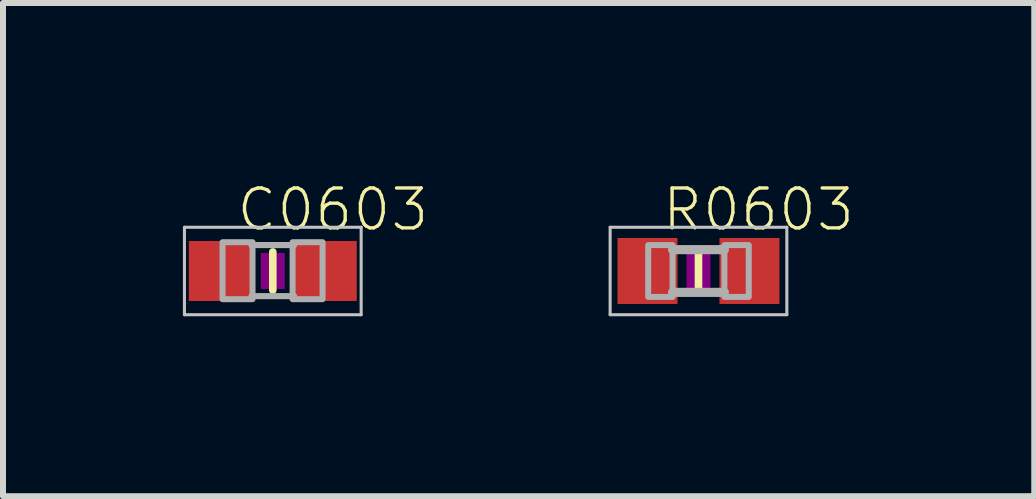
<source format=kicad_pcb>
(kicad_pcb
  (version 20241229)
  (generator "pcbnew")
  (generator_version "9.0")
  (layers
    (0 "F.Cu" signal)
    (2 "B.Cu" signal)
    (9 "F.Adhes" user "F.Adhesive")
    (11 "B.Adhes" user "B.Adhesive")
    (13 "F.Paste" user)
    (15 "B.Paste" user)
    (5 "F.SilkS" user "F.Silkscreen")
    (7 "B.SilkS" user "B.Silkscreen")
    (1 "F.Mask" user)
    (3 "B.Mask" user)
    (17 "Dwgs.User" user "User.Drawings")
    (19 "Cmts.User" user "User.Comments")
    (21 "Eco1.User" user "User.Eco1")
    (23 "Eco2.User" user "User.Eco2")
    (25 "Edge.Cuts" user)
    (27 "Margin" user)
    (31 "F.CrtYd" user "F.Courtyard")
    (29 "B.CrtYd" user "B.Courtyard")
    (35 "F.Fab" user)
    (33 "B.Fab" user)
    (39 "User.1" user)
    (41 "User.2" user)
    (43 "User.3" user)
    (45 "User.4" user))
  (footprint "R0603"
    (layer "F.Cu")
    (at 8.595 1.468)
    (property "Reference" "R0603" (at -0.635 -0.635 0) (layer "F.SilkS") (effects (font (size 0.665 0.665) (thickness 0.056)) (justify left bottom)))
    (attr through_hole)
    (fp_line (start 0 -0.318) (end 0 0.318) (stroke (width 0.127) (type solid)) (layer "F.SilkS"))
    (fp_poly (pts (xy -0.2 0.4) (xy 0.2 0.4) (xy 0.2 -0.4) (xy -0.2 -0.4)) (stroke (width 0) (type solid)) (fill yes) (layer "F.Adhes"))
    (fp_line (start -1.473 -0.729) (end 1.473 -0.729) (stroke (width 0.051) (type solid)) (layer "Dwgs.User"))
    (fp_line (start -1.473 0.729) (end -1.473 -0.729) (stroke (width 0.051) (type solid)) (layer "Dwgs.User"))
    (fp_line (start 1.473 -0.729) (end 1.473 0.729) (stroke (width 0.051) (type solid)) (layer "Dwgs.User"))
    (fp_line (start 1.473 0.729) (end -1.473 0.729) (stroke (width 0.051) (type solid)) (layer "Dwgs.User"))
    (fp_line (start -0.432 0.356) (end 0.432 0.356) (stroke (width 0.152) (type solid)) (layer "F.Fab"))
    (fp_line (start 0.432 -0.356) (end -0.432 -0.356) (stroke (width 0.152) (type solid)) (layer "F.Fab"))
    (fp_poly (pts (xy -0.838 0.432) (xy -0.432 0.432) (xy -0.432 -0.432) (xy -0.838 -0.432)) (stroke (width 0.1) (type solid)) (fill no) (layer "F.Fab"))
    (fp_poly (pts (xy 0.432 0.432) (xy 0.838 0.432) (xy 0.838 -0.432) (xy 0.432 -0.432)) (stroke (width 0.1) (type solid)) (fill no) (layer "F.Fab"))
    (pad "1" smd rect (at -0.85 0) (size 1 1.1) (layers "F.Cu" "F.Mask" "F.Paste"))
    (pad "2" smd rect (at 0.85 0) (size 1 1.1) (layers "F.Cu" "F.Mask" "F.Paste")))
  (footprint "C0603"
    (layer "F.Cu")
    (at 1.498 1.468)
    (property "Reference" "C0603" (at -0.635 -0.635 0) (layer "F.SilkS") (effects (font (size 0.665 0.665) (thickness 0.056)) (justify left bottom)))
    (attr through_hole)
    (fp_line (start 0 -0.318) (end 0 0.318) (stroke (width 0.127) (type solid)) (layer "F.SilkS"))
    (fp_poly (pts (xy -0.2 0.3) (xy 0.2 0.3) (xy 0.2 -0.3) (xy -0.2 -0.3)) (stroke (width 0) (type solid)) (fill yes) (layer "F.Adhes"))
    (fp_line (start -1.473 -0.729) (end 1.473 -0.729) (stroke (width 0.051) (type solid)) (layer "Dwgs.User"))
    (fp_line (start -1.473 0.729) (end -1.473 -0.729) (stroke (width 0.051) (type solid)) (layer "Dwgs.User"))
    (fp_line (start 1.473 -0.729) (end 1.473 0.729) (stroke (width 0.051) (type solid)) (layer "Dwgs.User"))
    (fp_line (start 1.473 0.729) (end -1.473 0.729) (stroke (width 0.051) (type solid)) (layer "Dwgs.User"))
    (fp_line (start -0.356 -0.432) (end 0.356 -0.432) (stroke (width 0.102) (type solid)) (layer "F.Fab"))
    (fp_line (start -0.356 0.419) (end 0.356 0.419) (stroke (width 0.102) (type solid)) (layer "F.Fab"))
    (fp_poly (pts (xy -0.838 0.47) (xy -0.338 0.47) (xy -0.338 -0.48) (xy -0.838 -0.48)) (stroke (width 0.1) (type solid)) (fill no) (layer "F.Fab"))
    (fp_poly (pts (xy 0.33 0.47) (xy 0.83 0.47) (xy 0.83 -0.48) (xy 0.33 -0.48)) (stroke (width 0.1) (type solid)) (fill no) (layer "F.Fab"))
    (pad "1" smd rect (at -0.85 0) (size 1.1 1) (layers "F.Cu" "F.Mask" "F.Paste"))
    (pad "2" smd rect (at 0.85 0) (size 1.1 1) (layers "F.Cu" "F.Mask" "F.Paste")))
  (gr_rect
    (start -3 -3)
    (end 14.193 5.222)
    (stroke (width 0.1) (type default))
    (fill no)
    (layer "Edge.Cuts")))
</source>
